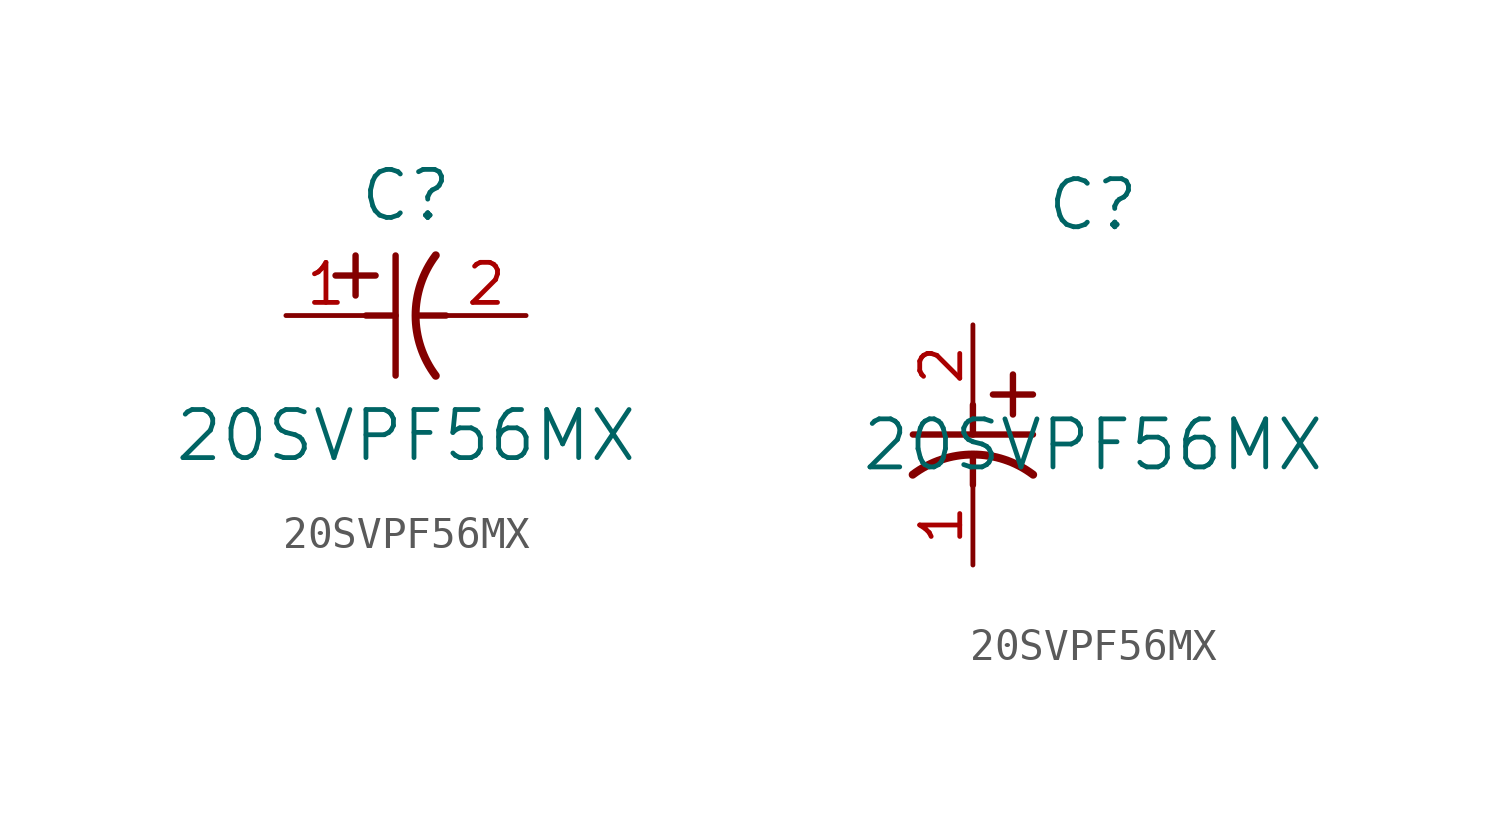
<source format=kicad_sym>
(kicad_symbol_lib
  (version 20211014)
  (generator kicad_symbol_editor)
  (symbol "20SVPF56MX"
    (pin_names
      (offset 0.254))
    (property "Reference" "C"
      (at 3.81 3.81 0)
      (effects (font (size 1.524 1.524))))
    (property "Value" "20SVPF56MX"
      (at 3.81 -3.81 0)
      (effects (font (size 1.524 1.524))))
    (symbol "20SVPF56MX_1_1"
      (polyline (pts (xy 2.21 0.635) (xy 2.21 1.905)) (stroke (width 0.203) (type default) (color 0 0 0 0)) (fill (type none)))
      (arc (start 4.754132 1.910763) (mid 4.1148 0) (end 4.754132 -1.910763) (stroke (width 0.254) (type default) (color 0 0 0 0)) (fill (type none)))
      (polyline (pts (xy 4.115 0) (xy 5.08 0)) (stroke (width 0.203) (type default) (color 0 0 0 0)) (fill (type none)))
      (polyline (pts (xy 3.48 -1.905) (xy 3.48 1.905)) (stroke (width 0.203) (type default) (color 0 0 0 0)) (fill (type none)))
      (polyline (pts (xy 1.575 1.27) (xy 2.845 1.27)) (stroke (width 0.203) (type default) (color 0 0 0 0)) (fill (type none)))
      (polyline (pts (xy 2.54 0) (xy 3.48 0)) (stroke (width 0.203) (type default) (color 0 0 0 0)) (fill (type none)))
      (pin unspecified line (at 0 0 0) (length 2.54) (name "" (effects (font (size 1.27 1.27)))) (number "1" (effects (font (size 1.27 1.27)))))
      (pin unspecified line (at 7.62 0 180) (length 2.54) (name "" (effects (font (size 1.27 1.27)))) (number "2" (effects (font (size 1.27 1.27))))))
    (symbol "20SVPF56MX_1_2"
      (polyline (pts (xy 0 -2.54) (xy 0 -3.48)) (stroke (width 0.203) (type default) (color 0 0 0 0)) (fill (type none)))
      (arc (start 1.910763 -4.754132) (mid 0 -4.1148) (end -1.910763 -4.754132) (stroke (width 0.254) (type default) (color 0 0 0 0)) (fill (type none)))
      (polyline (pts (xy -1.905 -3.48) (xy 1.905 -3.48)) (stroke (width 0.203) (type default) (color 0 0 0 0)) (fill (type none)))
      (polyline (pts (xy 0.635 -2.21) (xy 1.905 -2.21)) (stroke (width 0.203) (type default) (color 0 0 0 0)) (fill (type none)))
      (polyline (pts (xy 1.27 -1.575) (xy 1.27 -2.845)) (stroke (width 0.203) (type default) (color 0 0 0 0)) (fill (type none)))
      (polyline (pts (xy 0 -4.115) (xy 0 -5.08)) (stroke (width 0.203) (type default) (color 0 0 0 0)) (fill (type none)))
      (pin unspecified line (at 0 -7.62 90) (length 2.54) (name "" (effects (font (size 1.27 1.27)))) (number "1" (effects (font (size 1.27 1.27)))))
      (pin unspecified line (at 0 0 270) (length 2.54) (name "" (effects (font (size 1.27 1.27)))) (number "2" (effects (font (size 1.27 1.27))))))))
</source>
